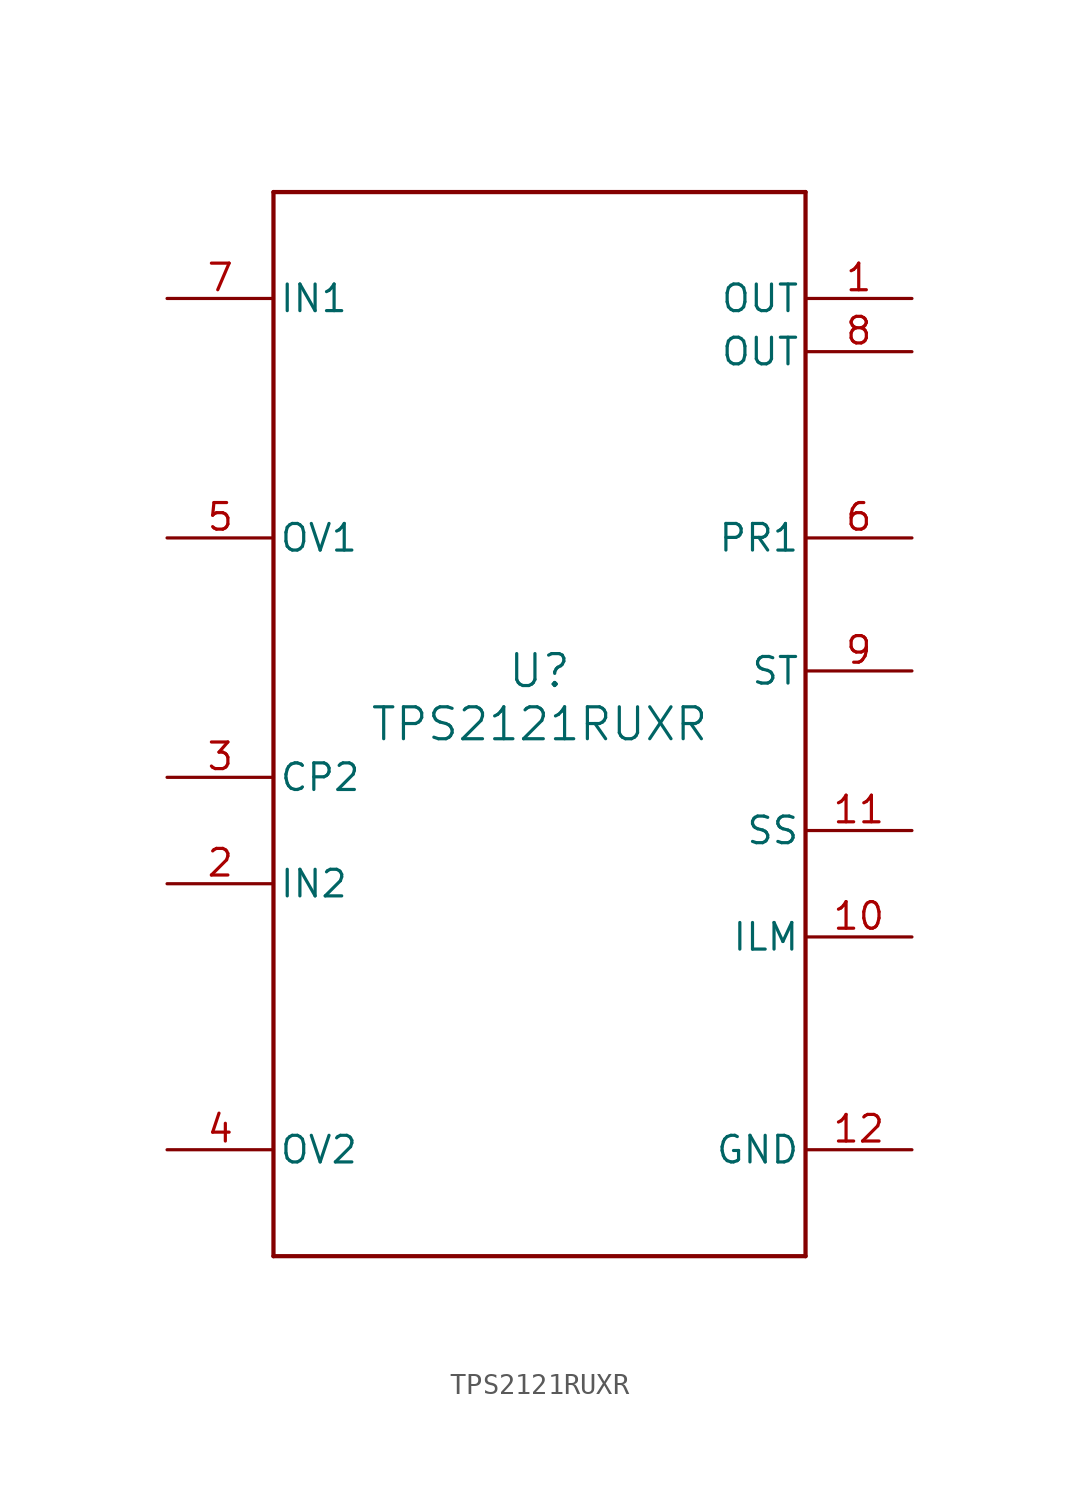
<source format=kicad_sym>
(kicad_symbol_lib
  (version 20241209)
  (generator "kicad_symbol_editor")
  (generator_version "9.0")
  (symbol "TPS2121RUXR"
    (pin_names
      (offset 0.254))
    (property "Reference" "U"
      (at 0 2.54 0)
      (effects (font (size 1.524 1.524))))
    (property "Value" "TPS2121RUXR"
      (at 0 0 0)
      (effects (font (size 1.524 1.524))))
    (property "ki_locked" ""
      (at 0 0 0)
      (effects (font (size 1.27 1.27))))
    (symbol "TPS2121RUXR_0_1"
      (polyline (pts (xy -12.7 25.4) (xy -12.7 -25.4)) (stroke (width 0.203) (type default)) (fill (type none)))
      (polyline (pts (xy -12.7 -25.4) (xy 12.7 -25.4)) (stroke (width 0.203) (type default)) (fill (type none)))
      (polyline (pts (xy 12.7 25.4) (xy -12.7 25.4)) (stroke (width 0.203) (type default)) (fill (type none)))
      (polyline (pts (xy 12.7 -25.4) (xy 12.7 25.4)) (stroke (width 0.203) (type default)) (fill (type none)))
      (pin power_in line (at -17.78 20.32 0) (length 5.08) (name "IN1" (effects (font (size 1.27 1.27)))) (number "7" (effects (font (size 1.27 1.27)))))
      (pin input line (at -17.78 8.89 0) (length 5.08) (name "OV1" (effects (font (size 1.27 1.27)))) (number "5" (effects (font (size 1.27 1.27)))))
      (pin input line (at -17.78 -2.54 0) (length 5.08) (name "CP2" (effects (font (size 1.27 1.27)))) (number "3" (effects (font (size 1.27 1.27)))))
      (pin power_in line (at -17.78 -7.62 0) (length 5.08) (name "IN2" (effects (font (size 1.27 1.27)))) (number "2" (effects (font (size 1.27 1.27)))))
      (pin input line (at -17.78 -20.32 0) (length 5.08) (name "OV2" (effects (font (size 1.27 1.27)))) (number "4" (effects (font (size 1.27 1.27)))))
      (pin power_in line (at 17.78 20.32 180) (length 5.08) (name "OUT" (effects (font (size 1.27 1.27)))) (number "1" (effects (font (size 1.27 1.27)))))
      (pin power_in line (at 17.78 17.78 180) (length 5.08) (name "OUT" (effects (font (size 1.27 1.27)))) (number "8" (effects (font (size 1.27 1.27)))))
      (pin input line (at 17.78 8.89 180) (length 5.08) (name "PR1" (effects (font (size 1.27 1.27)))) (number "6" (effects (font (size 1.27 1.27)))))
      (pin output line (at 17.78 2.54 180) (length 5.08) (name "ST" (effects (font (size 1.27 1.27)))) (number "9" (effects (font (size 1.27 1.27)))))
      (pin bidirectional line (at 17.78 -5.08 180) (length 5.08) (name "SS" (effects (font (size 1.27 1.27)))) (number "11" (effects (font (size 1.27 1.27)))))
      (pin bidirectional line (at 17.78 -10.16 180) (length 5.08) (name "ILM" (effects (font (size 1.27 1.27)))) (number "10" (effects (font (size 1.27 1.27)))))
      (pin power_in line (at 17.78 -20.32 180) (length 5.08) (name "GND" (effects (font (size 1.27 1.27)))) (number "12" (effects (font (size 1.27 1.27))))))))
</source>
